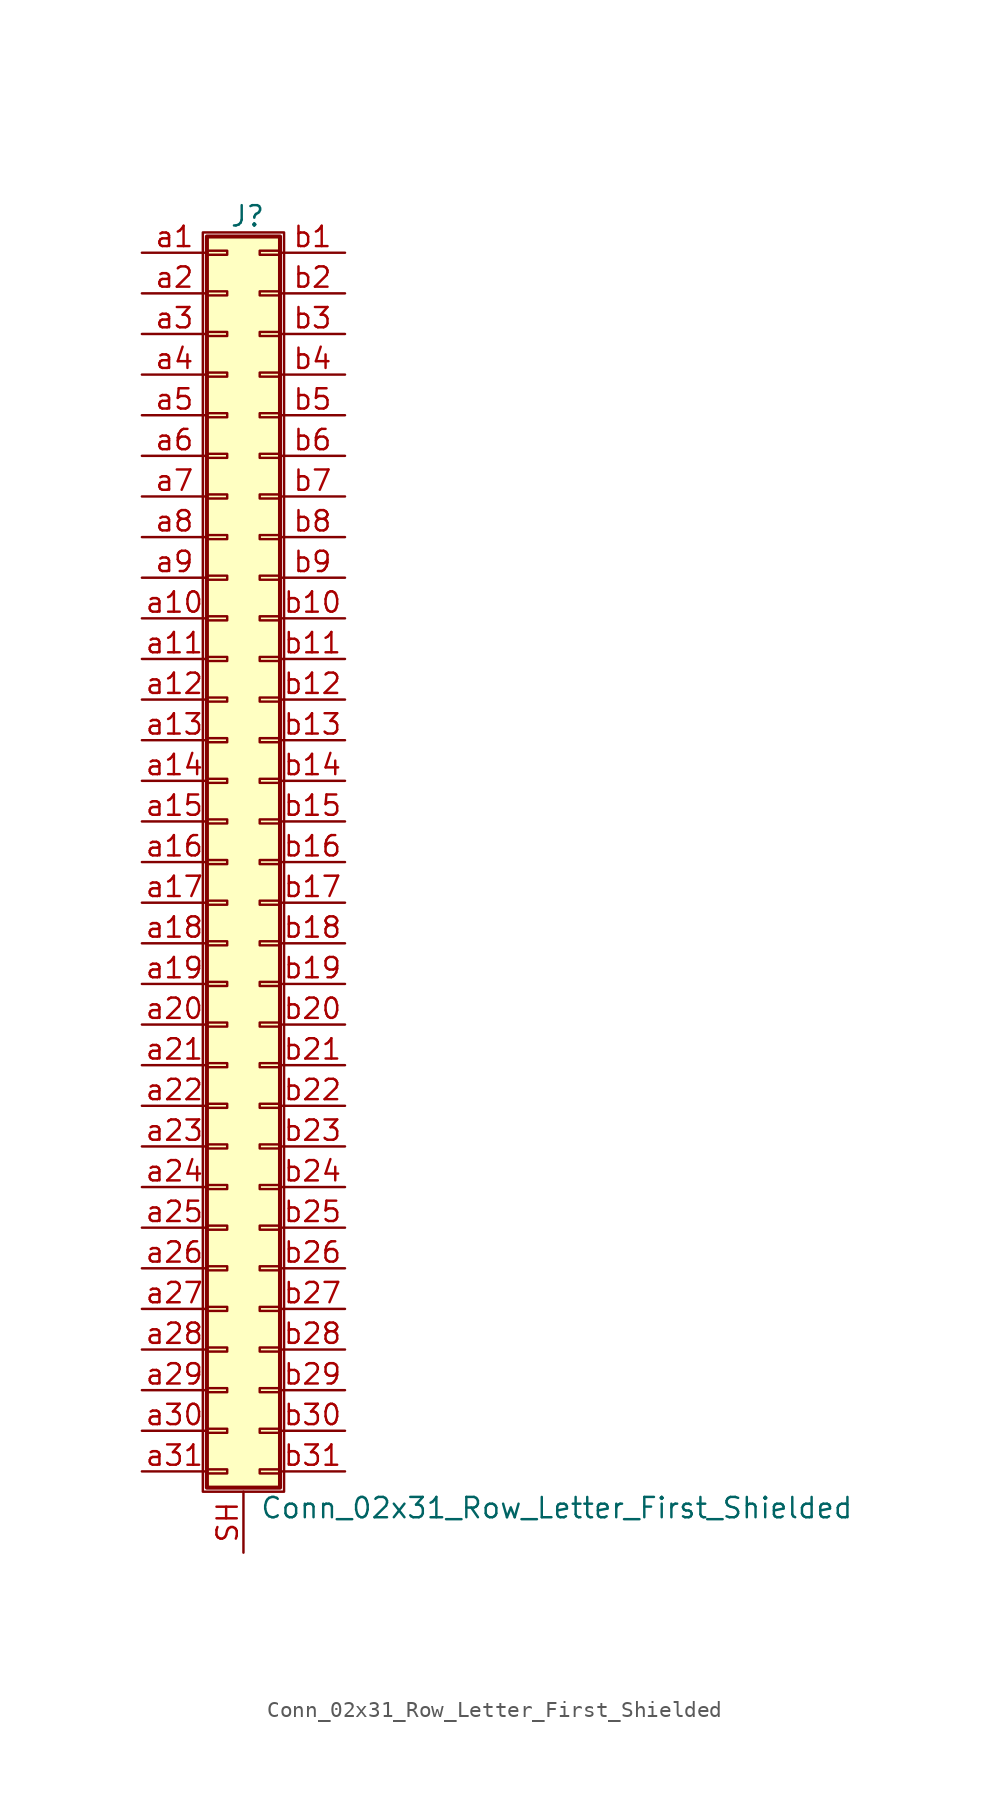
<source format=kicad_sym>
(kicad_symbol_lib
  (version 20201005)
  (generator kicad_symbol_editor)
  (symbol "Connector_Generic_Shielded:Conn_02x31_Row_Letter_First_Shielded"
    (pin_names
      (offset 1.016) hide)
    (property "Reference" "J"
      (at 1.524 40.386 0)
      (effects (font (size 1.27 1.27))))
    (property "Value" "Conn_02x31_Row_Letter_First_Shielded"
      (at 2.286 -40.386 0)
      (effects (font (size 1.27 1.27)) (justify left)))
    (symbol "Conn_02x31_Row_Letter_First_Shielded_1_1"
      (rectangle (start -1.016 -27.813) (end 0.254 -28.067) (stroke (width 0.152)) (fill (type none)))
      (rectangle (start -1.016 -30.353) (end 0.254 -30.607) (stroke (width 0.152)) (fill (type none)))
      (rectangle (start -1.016 -32.893) (end 0.254 -33.147) (stroke (width 0.152)) (fill (type none)))
      (rectangle (start -1.016 -35.433) (end 0.254 -35.687) (stroke (width 0.152)) (fill (type none)))
      (rectangle (start -1.016 -37.973) (end 0.254 -38.227) (stroke (width 0.152)) (fill (type none)))
      (rectangle (start -1.016 -4.953) (end 0.254 -5.207) (stroke (width 0.152)) (fill (type none)))
      (rectangle (start -1.016 -7.493) (end 0.254 -7.747) (stroke (width 0.152)) (fill (type none)))
      (rectangle (start -1.016 -10.033) (end 0.254 -10.287) (stroke (width 0.152)) (fill (type none)))
      (rectangle (start -1.016 -12.573) (end 0.254 -12.827) (stroke (width 0.152)) (fill (type none)))
      (rectangle (start -1.016 -15.113) (end 0.254 -15.367) (stroke (width 0.152)) (fill (type none)))
      (rectangle (start -1.016 -17.653) (end 0.254 -17.907) (stroke (width 0.152)) (fill (type none)))
      (rectangle (start -1.016 -20.193) (end 0.254 -20.447) (stroke (width 0.152)) (fill (type none)))
      (rectangle (start -1.016 -22.733) (end 0.254 -22.987) (stroke (width 0.152)) (fill (type none)))
      (rectangle (start -1.016 -2.413) (end 0.254 -2.667) (stroke (width 0.152)) (fill (type none)))
      (rectangle (start -1.016 -25.273) (end 0.254 -25.527) (stroke (width 0.152)) (fill (type none)))
      (rectangle (start -1.016 25.527) (end 0.254 25.273) (stroke (width 0.152)) (fill (type none)))
      (rectangle (start -1.016 2.667) (end 0.254 2.413) (stroke (width 0.152)) (fill (type none)))
      (rectangle (start -1.016 28.067) (end 0.254 27.813) (stroke (width 0.152)) (fill (type none)))
      (rectangle (start -1.016 30.607) (end 0.254 30.353) (stroke (width 0.152)) (fill (type none)))
      (rectangle (start -1.016 33.147) (end 0.254 32.893) (stroke (width 0.152)) (fill (type none)))
      (rectangle (start -1.016 35.687) (end 0.254 35.433) (stroke (width 0.152)) (fill (type none)))
      (rectangle (start -1.016 38.227) (end 0.254 37.973) (stroke (width 0.152)) (fill (type none)))
      (rectangle (start -1.016 39.116) (end 3.556 -39.116) (stroke (width 0.254)) (fill (type background)))
      (rectangle (start -1.016 5.207) (end 0.254 4.953) (stroke (width 0.152)) (fill (type none)))
      (rectangle (start -1.016 7.747) (end 0.254 7.493) (stroke (width 0.152)) (fill (type none)))
      (rectangle (start -1.016 10.287) (end 0.254 10.033) (stroke (width 0.152)) (fill (type none)))
      (rectangle (start -1.016 0.127) (end 0.254 -0.127) (stroke (width 0.152)) (fill (type none)))
      (rectangle (start -1.016 12.827) (end 0.254 12.573) (stroke (width 0.152)) (fill (type none)))
      (rectangle (start -1.016 15.367) (end 0.254 15.113) (stroke (width 0.152)) (fill (type none)))
      (rectangle (start -1.016 17.907) (end 0.254 17.653) (stroke (width 0.152)) (fill (type none)))
      (rectangle (start -1.016 20.447) (end 0.254 20.193) (stroke (width 0.152)) (fill (type none)))
      (rectangle (start -1.016 22.987) (end 0.254 22.733) (stroke (width 0.152)) (fill (type none)))
      (rectangle (start -1.27 39.37) (end 3.81 -39.37) (stroke (width 0.152)) (fill (type none)))
      (rectangle (start 3.556 -27.813) (end 2.286 -28.067) (stroke (width 0.152)) (fill (type none)))
      (rectangle (start 3.556 -30.353) (end 2.286 -30.607) (stroke (width 0.152)) (fill (type none)))
      (rectangle (start 3.556 -32.893) (end 2.286 -33.147) (stroke (width 0.152)) (fill (type none)))
      (rectangle (start 3.556 -35.433) (end 2.286 -35.687) (stroke (width 0.152)) (fill (type none)))
      (rectangle (start 3.556 -37.973) (end 2.286 -38.227) (stroke (width 0.152)) (fill (type none)))
      (rectangle (start 3.556 -4.953) (end 2.286 -5.207) (stroke (width 0.152)) (fill (type none)))
      (rectangle (start 3.556 -7.493) (end 2.286 -7.747) (stroke (width 0.152)) (fill (type none)))
      (rectangle (start 3.556 -10.033) (end 2.286 -10.287) (stroke (width 0.152)) (fill (type none)))
      (rectangle (start 3.556 -12.573) (end 2.286 -12.827) (stroke (width 0.152)) (fill (type none)))
      (rectangle (start 3.556 -15.113) (end 2.286 -15.367) (stroke (width 0.152)) (fill (type none)))
      (rectangle (start 3.556 -17.653) (end 2.286 -17.907) (stroke (width 0.152)) (fill (type none)))
      (rectangle (start 3.556 -20.193) (end 2.286 -20.447) (stroke (width 0.152)) (fill (type none)))
      (rectangle (start 3.556 -22.733) (end 2.286 -22.987) (stroke (width 0.152)) (fill (type none)))
      (rectangle (start 3.556 -2.413) (end 2.286 -2.667) (stroke (width 0.152)) (fill (type none)))
      (rectangle (start 3.556 -25.273) (end 2.286 -25.527) (stroke (width 0.152)) (fill (type none)))
      (rectangle (start 3.556 25.527) (end 2.286 25.273) (stroke (width 0.152)) (fill (type none)))
      (rectangle (start 3.556 2.667) (end 2.286 2.413) (stroke (width 0.152)) (fill (type none)))
      (rectangle (start 3.556 28.067) (end 2.286 27.813) (stroke (width 0.152)) (fill (type none)))
      (rectangle (start 3.556 30.607) (end 2.286 30.353) (stroke (width 0.152)) (fill (type none)))
      (rectangle (start 3.556 33.147) (end 2.286 32.893) (stroke (width 0.152)) (fill (type none)))
      (rectangle (start 3.556 35.687) (end 2.286 35.433) (stroke (width 0.152)) (fill (type none)))
      (rectangle (start 3.556 38.227) (end 2.286 37.973) (stroke (width 0.152)) (fill (type none)))
      (rectangle (start 3.556 5.207) (end 2.286 4.953) (stroke (width 0.152)) (fill (type none)))
      (rectangle (start 3.556 7.747) (end 2.286 7.493) (stroke (width 0.152)) (fill (type none)))
      (rectangle (start 3.556 10.287) (end 2.286 10.033) (stroke (width 0.152)) (fill (type none)))
      (rectangle (start 3.556 0.127) (end 2.286 -0.127) (stroke (width 0.152)) (fill (type none)))
      (rectangle (start 3.556 12.827) (end 2.286 12.573) (stroke (width 0.152)) (fill (type none)))
      (rectangle (start 3.556 15.367) (end 2.286 15.113) (stroke (width 0.152)) (fill (type none)))
      (rectangle (start 3.556 17.907) (end 2.286 17.653) (stroke (width 0.152)) (fill (type none)))
      (rectangle (start 3.556 20.447) (end 2.286 20.193) (stroke (width 0.152)) (fill (type none)))
      (rectangle (start 3.556 22.987) (end 2.286 22.733) (stroke (width 0.152)) (fill (type none)))
      (pin passive line (at -5.08 38.1 0) (length 4.064) (name "Pin_a1" (effects (font (size 1.27 1.27)))) (number "a1" (effects (font (size 1.27 1.27)))))
      (pin passive line (at -5.08 15.24 0) (length 4.064) (name "Pin_a10" (effects (font (size 1.27 1.27)))) (number "a10" (effects (font (size 1.27 1.27)))))
      (pin passive line (at -5.08 12.7 0) (length 4.064) (name "Pin_a11" (effects (font (size 1.27 1.27)))) (number "a11" (effects (font (size 1.27 1.27)))))
      (pin passive line (at -5.08 10.16 0) (length 4.064) (name "Pin_a12" (effects (font (size 1.27 1.27)))) (number "a12" (effects (font (size 1.27 1.27)))))
      (pin passive line (at -5.08 7.62 0) (length 4.064) (name "Pin_a13" (effects (font (size 1.27 1.27)))) (number "a13" (effects (font (size 1.27 1.27)))))
      (pin passive line (at -5.08 5.08 0) (length 4.064) (name "Pin_a14" (effects (font (size 1.27 1.27)))) (number "a14" (effects (font (size 1.27 1.27)))))
      (pin passive line (at -5.08 2.54 0) (length 4.064) (name "Pin_a15" (effects (font (size 1.27 1.27)))) (number "a15" (effects (font (size 1.27 1.27)))))
      (pin passive line (at -5.08 0 0) (length 4.064) (name "Pin_a16" (effects (font (size 1.27 1.27)))) (number "a16" (effects (font (size 1.27 1.27)))))
      (pin passive line (at -5.08 -2.54 0) (length 4.064) (name "Pin_a17" (effects (font (size 1.27 1.27)))) (number "a17" (effects (font (size 1.27 1.27)))))
      (pin passive line (at -5.08 -5.08 0) (length 4.064) (name "Pin_a18" (effects (font (size 1.27 1.27)))) (number "a18" (effects (font (size 1.27 1.27)))))
      (pin passive line (at -5.08 -7.62 0) (length 4.064) (name "Pin_a19" (effects (font (size 1.27 1.27)))) (number "a19" (effects (font (size 1.27 1.27)))))
      (pin passive line (at -5.08 35.56 0) (length 4.064) (name "Pin_a2" (effects (font (size 1.27 1.27)))) (number "a2" (effects (font (size 1.27 1.27)))))
      (pin passive line (at -5.08 -10.16 0) (length 4.064) (name "Pin_a20" (effects (font (size 1.27 1.27)))) (number "a20" (effects (font (size 1.27 1.27)))))
      (pin passive line (at -5.08 -12.7 0) (length 4.064) (name "Pin_a21" (effects (font (size 1.27 1.27)))) (number "a21" (effects (font (size 1.27 1.27)))))
      (pin passive line (at -5.08 -15.24 0) (length 4.064) (name "Pin_a22" (effects (font (size 1.27 1.27)))) (number "a22" (effects (font (size 1.27 1.27)))))
      (pin passive line (at -5.08 -17.78 0) (length 4.064) (name "Pin_a23" (effects (font (size 1.27 1.27)))) (number "a23" (effects (font (size 1.27 1.27)))))
      (pin passive line (at -5.08 -20.32 0) (length 4.064) (name "Pin_a24" (effects (font (size 1.27 1.27)))) (number "a24" (effects (font (size 1.27 1.27)))))
      (pin passive line (at -5.08 -22.86 0) (length 4.064) (name "Pin_a25" (effects (font (size 1.27 1.27)))) (number "a25" (effects (font (size 1.27 1.27)))))
      (pin passive line (at -5.08 -25.4 0) (length 4.064) (name "Pin_a26" (effects (font (size 1.27 1.27)))) (number "a26" (effects (font (size 1.27 1.27)))))
      (pin passive line (at -5.08 -27.94 0) (length 4.064) (name "Pin_a27" (effects (font (size 1.27 1.27)))) (number "a27" (effects (font (size 1.27 1.27)))))
      (pin passive line (at -5.08 -30.48 0) (length 4.064) (name "Pin_a28" (effects (font (size 1.27 1.27)))) (number "a28" (effects (font (size 1.27 1.27)))))
      (pin passive line (at -5.08 -33.02 0) (length 4.064) (name "Pin_a29" (effects (font (size 1.27 1.27)))) (number "a29" (effects (font (size 1.27 1.27)))))
      (pin passive line (at -5.08 33.02 0) (length 4.064) (name "Pin_a3" (effects (font (size 1.27 1.27)))) (number "a3" (effects (font (size 1.27 1.27)))))
      (pin passive line (at -5.08 -35.56 0) (length 4.064) (name "Pin_a30" (effects (font (size 1.27 1.27)))) (number "a30" (effects (font (size 1.27 1.27)))))
      (pin passive line (at -5.08 -38.1 0) (length 4.064) (name "Pin_a31" (effects (font (size 1.27 1.27)))) (number "a31" (effects (font (size 1.27 1.27)))))
      (pin passive line (at -5.08 30.48 0) (length 4.064) (name "Pin_a4" (effects (font (size 1.27 1.27)))) (number "a4" (effects (font (size 1.27 1.27)))))
      (pin passive line (at -5.08 27.94 0) (length 4.064) (name "Pin_a5" (effects (font (size 1.27 1.27)))) (number "a5" (effects (font (size 1.27 1.27)))))
      (pin passive line (at -5.08 25.4 0) (length 4.064) (name "Pin_a6" (effects (font (size 1.27 1.27)))) (number "a6" (effects (font (size 1.27 1.27)))))
      (pin passive line (at -5.08 22.86 0) (length 4.064) (name "Pin_a7" (effects (font (size 1.27 1.27)))) (number "a7" (effects (font (size 1.27 1.27)))))
      (pin passive line (at -5.08 20.32 0) (length 4.064) (name "Pin_a8" (effects (font (size 1.27 1.27)))) (number "a8" (effects (font (size 1.27 1.27)))))
      (pin passive line (at -5.08 17.78 0) (length 4.064) (name "Pin_a9" (effects (font (size 1.27 1.27)))) (number "a9" (effects (font (size 1.27 1.27)))))
      (pin passive line (at 7.62 38.1 180) (length 4.064) (name "Pin_b1" (effects (font (size 1.27 1.27)))) (number "b1" (effects (font (size 1.27 1.27)))))
      (pin passive line (at 7.62 15.24 180) (length 4.064) (name "Pin_b10" (effects (font (size 1.27 1.27)))) (number "b10" (effects (font (size 1.27 1.27)))))
      (pin passive line (at 7.62 12.7 180) (length 4.064) (name "Pin_b11" (effects (font (size 1.27 1.27)))) (number "b11" (effects (font (size 1.27 1.27)))))
      (pin passive line (at 7.62 10.16 180) (length 4.064) (name "Pin_b12" (effects (font (size 1.27 1.27)))) (number "b12" (effects (font (size 1.27 1.27)))))
      (pin passive line (at 7.62 7.62 180) (length 4.064) (name "Pin_b13" (effects (font (size 1.27 1.27)))) (number "b13" (effects (font (size 1.27 1.27)))))
      (pin passive line (at 7.62 5.08 180) (length 4.064) (name "Pin_b14" (effects (font (size 1.27 1.27)))) (number "b14" (effects (font (size 1.27 1.27)))))
      (pin passive line (at 7.62 2.54 180) (length 4.064) (name "Pin_b15" (effects (font (size 1.27 1.27)))) (number "b15" (effects (font (size 1.27 1.27)))))
      (pin passive line (at 7.62 0 180) (length 4.064) (name "Pin_b16" (effects (font (size 1.27 1.27)))) (number "b16" (effects (font (size 1.27 1.27)))))
      (pin passive line (at 7.62 -2.54 180) (length 4.064) (name "Pin_b17" (effects (font (size 1.27 1.27)))) (number "b17" (effects (font (size 1.27 1.27)))))
      (pin passive line (at 7.62 -5.08 180) (length 4.064) (name "Pin_b18" (effects (font (size 1.27 1.27)))) (number "b18" (effects (font (size 1.27 1.27)))))
      (pin passive line (at 7.62 -7.62 180) (length 4.064) (name "Pin_b19" (effects (font (size 1.27 1.27)))) (number "b19" (effects (font (size 1.27 1.27)))))
      (pin passive line (at 7.62 35.56 180) (length 4.064) (name "Pin_b2" (effects (font (size 1.27 1.27)))) (number "b2" (effects (font (size 1.27 1.27)))))
      (pin passive line (at 7.62 -10.16 180) (length 4.064) (name "Pin_b20" (effects (font (size 1.27 1.27)))) (number "b20" (effects (font (size 1.27 1.27)))))
      (pin passive line (at 7.62 -12.7 180) (length 4.064) (name "Pin_b21" (effects (font (size 1.27 1.27)))) (number "b21" (effects (font (size 1.27 1.27)))))
      (pin passive line (at 7.62 -15.24 180) (length 4.064) (name "Pin_b22" (effects (font (size 1.27 1.27)))) (number "b22" (effects (font (size 1.27 1.27)))))
      (pin passive line (at 7.62 -17.78 180) (length 4.064) (name "Pin_b23" (effects (font (size 1.27 1.27)))) (number "b23" (effects (font (size 1.27 1.27)))))
      (pin passive line (at 7.62 -20.32 180) (length 4.064) (name "Pin_b24" (effects (font (size 1.27 1.27)))) (number "b24" (effects (font (size 1.27 1.27)))))
      (pin passive line (at 7.62 -22.86 180) (length 4.064) (name "Pin_b25" (effects (font (size 1.27 1.27)))) (number "b25" (effects (font (size 1.27 1.27)))))
      (pin passive line (at 7.62 -25.4 180) (length 4.064) (name "Pin_b26" (effects (font (size 1.27 1.27)))) (number "b26" (effects (font (size 1.27 1.27)))))
      (pin passive line (at 7.62 -27.94 180) (length 4.064) (name "Pin_b27" (effects (font (size 1.27 1.27)))) (number "b27" (effects (font (size 1.27 1.27)))))
      (pin passive line (at 7.62 -30.48 180) (length 4.064) (name "Pin_b28" (effects (font (size 1.27 1.27)))) (number "b28" (effects (font (size 1.27 1.27)))))
      (pin passive line (at 7.62 -33.02 180) (length 4.064) (name "Pin_b29" (effects (font (size 1.27 1.27)))) (number "b29" (effects (font (size 1.27 1.27)))))
      (pin passive line (at 7.62 33.02 180) (length 4.064) (name "Pin_b3" (effects (font (size 1.27 1.27)))) (number "b3" (effects (font (size 1.27 1.27)))))
      (pin passive line (at 7.62 -35.56 180) (length 4.064) (name "Pin_b30" (effects (font (size 1.27 1.27)))) (number "b30" (effects (font (size 1.27 1.27)))))
      (pin passive line (at 7.62 -38.1 180) (length 4.064) (name "Pin_b31" (effects (font (size 1.27 1.27)))) (number "b31" (effects (font (size 1.27 1.27)))))
      (pin passive line (at 7.62 30.48 180) (length 4.064) (name "Pin_b4" (effects (font (size 1.27 1.27)))) (number "b4" (effects (font (size 1.27 1.27)))))
      (pin passive line (at 7.62 27.94 180) (length 4.064) (name "Pin_b5" (effects (font (size 1.27 1.27)))) (number "b5" (effects (font (size 1.27 1.27)))))
      (pin passive line (at 7.62 25.4 180) (length 4.064) (name "Pin_b6" (effects (font (size 1.27 1.27)))) (number "b6" (effects (font (size 1.27 1.27)))))
      (pin passive line (at 7.62 22.86 180) (length 4.064) (name "Pin_b7" (effects (font (size 1.27 1.27)))) (number "b7" (effects (font (size 1.27 1.27)))))
      (pin passive line (at 7.62 20.32 180) (length 4.064) (name "Pin_b8" (effects (font (size 1.27 1.27)))) (number "b8" (effects (font (size 1.27 1.27)))))
      (pin passive line (at 7.62 17.78 180) (length 4.064) (name "Pin_b9" (effects (font (size 1.27 1.27)))) (number "b9" (effects (font (size 1.27 1.27)))))
      (pin passive line (at 1.27 -43.18 90) (length 3.81) (name "Shield" (effects (font (size 1.27 1.27)))) (number "SH" (effects (font (size 1.27 1.27))))))))
</source>
